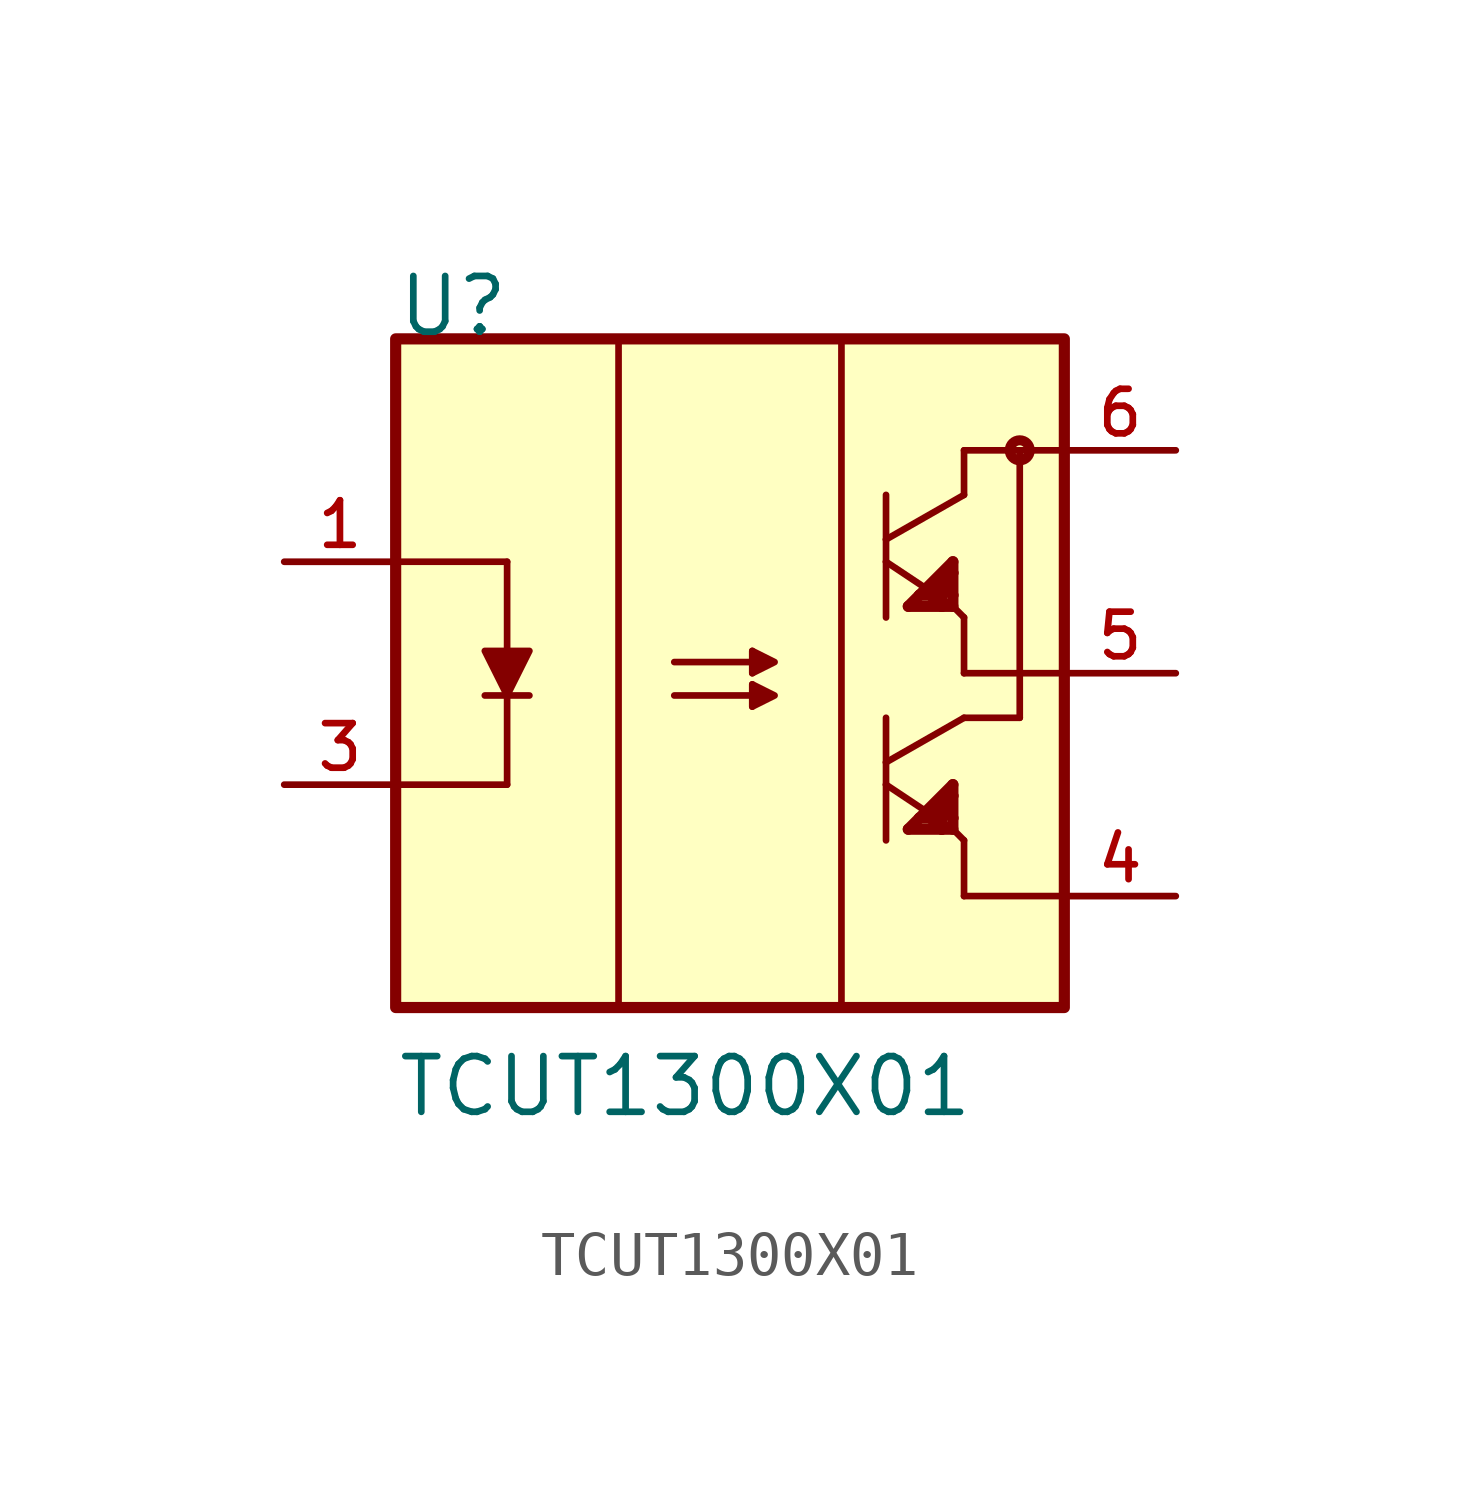
<source format=kicad_sym>
(kicad_symbol_lib
  (version 20211014)
  (generator kicad_symbol_editor)
  (symbol "TCUT1300X01"
    (pin_names
      (offset 1.016))
    (property "Reference" "U"
      (at -7.62 7.62 0)
      (effects (font (size 1.27 1.27)) (justify bottom left)))
    (property "Value" "TCUT1300X01"
      (at -7.62 -10.16 0)
      (effects (font (size 1.27 1.27)) (justify bottom left)))
    (symbol "TCUT1300X01_0_0"
      (polyline (pts (xy -7.62 2.54) (xy -5.08 2.54)) (stroke (width 0.152)))
      (polyline (pts (xy -5.08 2.54) (xy -5.08 0.508)) (stroke (width 0.152)))
      (polyline (pts (xy -5.588 -0.508) (xy -4.572 -0.508)) (stroke (width 0.152)))
      (polyline (pts (xy -5.08 -0.508) (xy -5.08 -2.54)) (stroke (width 0.152)))
      (polyline (pts (xy -5.08 -2.54) (xy -7.62 -2.54)) (stroke (width 0.152)))
      (polyline (pts (xy 7.62 5.08) (xy 6.604 5.08)) (stroke (width 0.152)))
      (polyline (pts (xy 6.604 5.08) (xy 5.334 5.08)) (stroke (width 0.152)))
      (polyline (pts (xy 5.334 5.08) (xy 5.334 4.064)) (stroke (width 0.152)))
      (polyline (pts (xy 5.334 4.064) (xy 3.556 3.048)) (stroke (width 0.152)))
      (polyline (pts (xy 3.556 3.048) (xy 3.556 2.54)) (stroke (width 0.152)))
      (polyline (pts (xy 3.556 2.54) (xy 5.08 1.524)) (stroke (width 0.152)))
      (polyline (pts (xy 5.08 1.778) (xy 5.08 2.286)) (stroke (width 0.254)))
      (polyline (pts (xy 5.08 2.286) (xy 5.08 2.54)) (stroke (width 0.254)))
      (polyline (pts (xy 5.08 2.54) (xy 4.318 1.778)) (stroke (width 0.254)))
      (polyline (pts (xy 4.318 1.778) (xy 4.064 1.524)) (stroke (width 0.254)))
      (polyline (pts (xy 4.064 1.524) (xy 4.826 1.524)) (stroke (width 0.254)))
      (polyline (pts (xy 4.826 1.524) (xy 5.08 1.524)) (stroke (width 0.254)))
      (polyline (pts (xy 5.08 1.524) (xy 5.08 1.778)) (stroke (width 0.254)))
      (polyline (pts (xy 5.08 1.778) (xy 4.826 2.032)) (stroke (width 0.254)))
      (polyline (pts (xy 4.826 2.032) (xy 4.572 1.778)) (stroke (width 0.254)))
      (polyline (pts (xy 4.318 1.778) (xy 4.572 1.778)) (stroke (width 0.254)))
      (polyline (pts (xy 4.572 1.778) (xy 4.826 1.524)) (stroke (width 0.254)))
      (polyline (pts (xy 4.826 1.524) (xy 4.826 2.032)) (stroke (width 0.254)))
      (polyline (pts (xy 4.826 2.032) (xy 5.08 2.286)) (stroke (width 0.254)))
      (polyline (pts (xy 3.556 2.54) (xy 3.556 1.27)) (stroke (width 0.152)))
      (polyline (pts (xy 3.556 3.048) (xy 3.556 4.064)) (stroke (width 0.152)))
      (polyline (pts (xy -5.588 0.508) (xy -4.572 0.508) (xy -5.08 -0.508) (xy -5.588 0.508)) (stroke (width 0.152)) (fill (type outline)))
      (polyline (pts (xy 5.08 1.524) (xy 5.334 1.27)) (stroke (width 0.152)))
      (polyline (pts (xy 5.334 1.27) (xy 5.334 0.0)) (stroke (width 0.152)))
      (polyline (pts (xy -1.27 0.254) (xy 0.508 0.254)) (stroke (width 0.152)))
      (polyline (pts (xy 0.508 0.0) (xy 0.508 0.508)) (stroke (width 0.152)))
      (polyline (pts (xy 0.508 0.508) (xy 1.016 0.254) (xy 0.508 0.0) (xy 0.508 0.508)) (stroke (width 0.152)) (fill (type outline)))
      (polyline (pts (xy -1.27 -0.508) (xy 0.508 -0.508)) (stroke (width 0.152)))
      (polyline (pts (xy 0.508 -0.762) (xy 0.508 -0.254)) (stroke (width 0.152)))
      (polyline (pts (xy 0.508 -0.254) (xy 1.016 -0.508) (xy 0.508 -0.762) (xy 0.508 -0.254)) (stroke (width 0.152)) (fill (type outline)))
      (polyline (pts (xy -2.54 7.62) (xy -2.54 -7.62)) (stroke (width 0.152)))
      (polyline (pts (xy 2.54 7.62) (xy 2.54 -7.62)) (stroke (width 0.152)))
      (polyline (pts (xy 7.62 0.0) (xy 5.334 0.0)) (stroke (width 0.152)))
      (polyline (pts (xy 5.334 -1.016) (xy 3.556 -2.032)) (stroke (width 0.152)))
      (polyline (pts (xy 3.556 -2.032) (xy 3.556 -2.54)) (stroke (width 0.152)))
      (polyline (pts (xy 3.556 -2.54) (xy 5.08 -3.556)) (stroke (width 0.152)))
      (polyline (pts (xy 5.08 -3.302) (xy 5.08 -2.794)) (stroke (width 0.254)))
      (polyline (pts (xy 5.08 -2.794) (xy 5.08 -2.54)) (stroke (width 0.254)))
      (polyline (pts (xy 5.08 -2.54) (xy 4.318 -3.302)) (stroke (width 0.254)))
      (polyline (pts (xy 4.318 -3.302) (xy 4.064 -3.556)) (stroke (width 0.254)))
      (polyline (pts (xy 4.064 -3.556) (xy 4.826 -3.556)) (stroke (width 0.254)))
      (polyline (pts (xy 4.826 -3.556) (xy 5.08 -3.556)) (stroke (width 0.254)))
      (polyline (pts (xy 5.08 -3.556) (xy 5.08 -3.302)) (stroke (width 0.254)))
      (polyline (pts (xy 5.08 -3.302) (xy 4.826 -3.048)) (stroke (width 0.254)))
      (polyline (pts (xy 4.826 -3.048) (xy 4.572 -3.302)) (stroke (width 0.254)))
      (polyline (pts (xy 4.318 -3.302) (xy 4.572 -3.302)) (stroke (width 0.254)))
      (polyline (pts (xy 4.572 -3.302) (xy 4.826 -3.556)) (stroke (width 0.254)))
      (polyline (pts (xy 4.826 -3.556) (xy 4.826 -3.048)) (stroke (width 0.254)))
      (polyline (pts (xy 4.826 -3.048) (xy 5.08 -2.794)) (stroke (width 0.254)))
      (polyline (pts (xy 3.556 -2.54) (xy 3.556 -3.81)) (stroke (width 0.152)))
      (polyline (pts (xy 3.556 -2.032) (xy 3.556 -1.016)) (stroke (width 0.152)))
      (polyline (pts (xy 5.08 -3.556) (xy 5.334 -3.81)) (stroke (width 0.152)))
      (polyline (pts (xy 5.334 -3.81) (xy 5.334 -5.08)) (stroke (width 0.152)))
      (polyline (pts (xy 5.334 -5.08) (xy 7.62 -5.08)) (stroke (width 0.152)))
      (polyline (pts (xy 5.334 -1.016) (xy 6.604 -1.016)) (stroke (width 0.152)))
      (polyline (pts (xy 6.604 -1.016) (xy 6.604 5.08)) (stroke (width 0.152)))
      (circle (center 6.604 5.08) (radius 0.114) (stroke (width 0.229)) (fill (type none)))
      (rectangle (start -7.62 -7.62) (end 7.62 7.62) (stroke (width 0.254)) (fill (type background)))
      (pin passive line (at -10.16 2.54 0) (length 2.54) (name "~" (effects (font (size 1.016 1.016)))) (number "1" (effects (font (size 1.016 1.016)))))
      (pin passive line (at -10.16 -2.54 0) (length 2.54) (name "~" (effects (font (size 1.016 1.016)))) (number "3" (effects (font (size 1.016 1.016)))))
      (pin passive line (at 10.16 5.08 180.0) (length 2.54) (name "~" (effects (font (size 1.016 1.016)))) (number "6" (effects (font (size 1.016 1.016)))))
      (pin passive line (at 10.16 0.0 180.0) (length 2.54) (name "~" (effects (font (size 1.016 1.016)))) (number "5" (effects (font (size 1.016 1.016)))))
      (pin passive line (at 10.16 -5.08 180.0) (length 2.54) (name "~" (effects (font (size 1.016 1.016)))) (number "4" (effects (font (size 1.016 1.016))))))))
</source>
